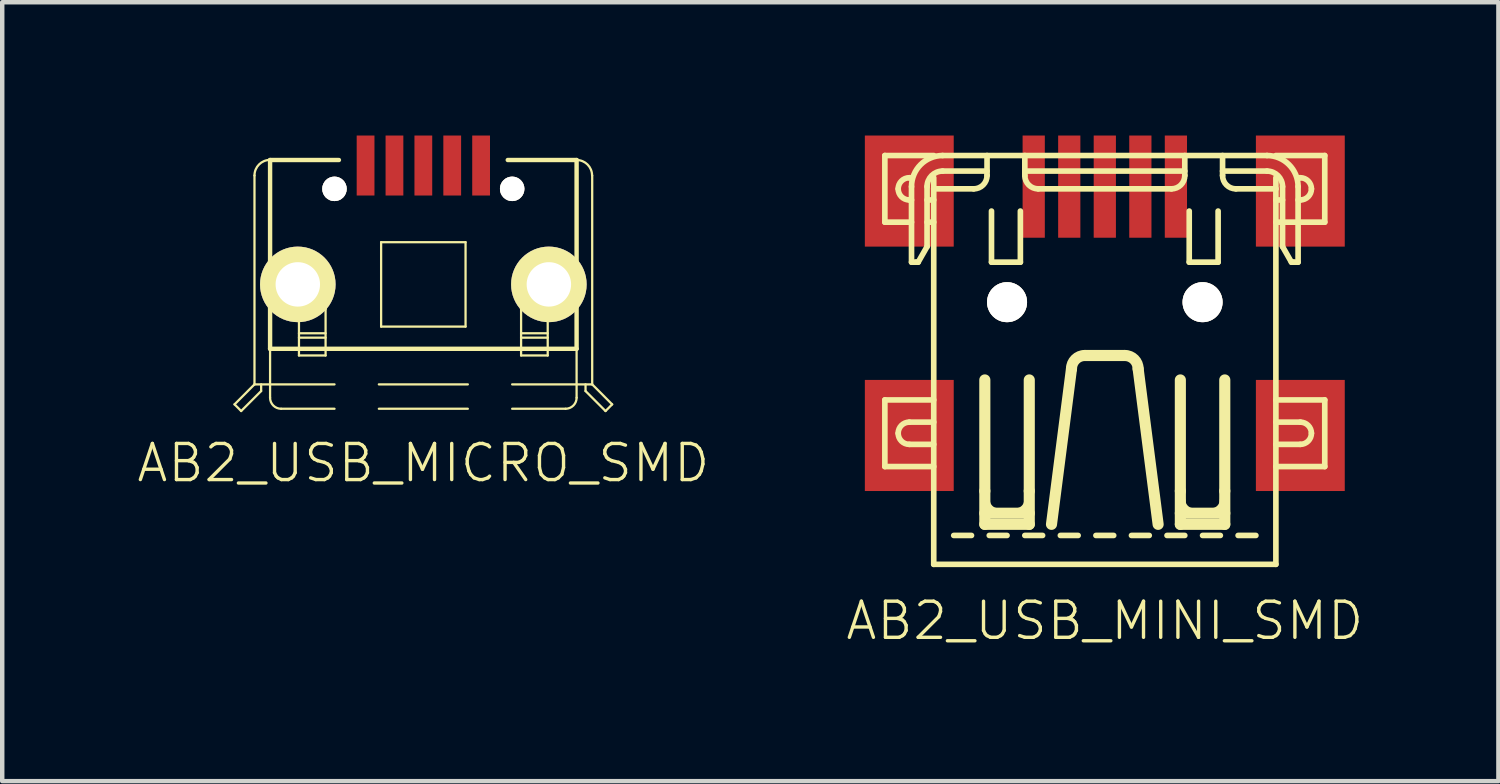
<source format=kicad_pcb>
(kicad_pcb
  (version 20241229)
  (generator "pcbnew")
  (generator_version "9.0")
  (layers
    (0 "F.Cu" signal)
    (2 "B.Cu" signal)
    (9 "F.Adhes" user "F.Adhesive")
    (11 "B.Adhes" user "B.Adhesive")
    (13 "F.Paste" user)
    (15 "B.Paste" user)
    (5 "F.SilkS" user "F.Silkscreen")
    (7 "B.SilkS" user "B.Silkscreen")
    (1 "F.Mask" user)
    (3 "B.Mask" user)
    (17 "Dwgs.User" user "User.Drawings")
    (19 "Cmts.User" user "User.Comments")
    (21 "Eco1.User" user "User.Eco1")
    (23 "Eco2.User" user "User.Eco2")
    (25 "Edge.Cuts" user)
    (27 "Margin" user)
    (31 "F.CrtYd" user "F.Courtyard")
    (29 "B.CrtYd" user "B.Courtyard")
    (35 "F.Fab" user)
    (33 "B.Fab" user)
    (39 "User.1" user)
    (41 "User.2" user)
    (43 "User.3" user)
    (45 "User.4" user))
  (footprint "AB2_USB_MICRO_SMD"
    (layer "F.Cu")
    (at 6.477 6.1)
    (property "Reference" "AB2_USB_MICRO_SMD" (at 0 1.27 0) (layer "F.SilkS") (effects (font (size 0.813 0.813) (thickness 0.076))))
    (attr through_hole)
    (fp_line (start -4.249 -0.05) (end -4.1 0.1) (stroke (width 0.051) (type solid)) (layer "F.SilkS"))
    (fp_line (start -4.1 0.1) (end -3.65 -0.35) (stroke (width 0.051) (type solid)) (layer "F.SilkS"))
    (fp_line (start -3.8 -5.201) (end -3.8 -0.5) (stroke (width 0.051) (type solid)) (layer "F.SilkS"))
    (fp_line (start -3.8 -0.5) (end -4.249 -0.05) (stroke (width 0.051) (type solid)) (layer "F.SilkS"))
    (fp_line (start -3.8 -0.5) (end -1.999 -0.5) (stroke (width 0.051) (type solid)) (layer "F.SilkS"))
    (fp_line (start -3.65 -0.35) (end -3.65 -0.5) (stroke (width 0.051) (type solid)) (layer "F.SilkS"))
    (fp_line (start -3.449 -5.549) (end -1.9 -5.549) (stroke (width 0.099) (type solid)) (layer "F.SilkS"))
    (fp_line (start -3.449 -1.3) (end -3.449 -5.549) (stroke (width 0.099) (type solid)) (layer "F.SilkS"))
    (fp_line (start -3.449 -1.3) (end -3.449 -0.2) (stroke (width 0.051) (type solid)) (layer "F.SilkS"))
    (fp_line (start -3.449 -1.3) (end 3.449 -1.3) (stroke (width 0.099) (type solid)) (layer "F.SilkS"))
    (fp_line (start -3.2 0.049) (end -1.999 0.049) (stroke (width 0.051) (type solid)) (layer "F.SilkS"))
    (fp_line (start -2.799 -1.65) (end -2.2 -1.65) (stroke (width 0.051) (type solid)) (layer "F.SilkS"))
    (fp_line (start -2.799 -1.551) (end -2.2 -1.551) (stroke (width 0.051) (type solid)) (layer "F.SilkS"))
    (fp_line (start -2.799 -1.15) (end -2.799 -2.199) (stroke (width 0.051) (type solid)) (layer "F.SilkS"))
    (fp_line (start -2.799 -1.15) (end -2.2 -1.15) (stroke (width 0.051) (type solid)) (layer "F.SilkS"))
    (fp_line (start -2.2 -1.15) (end -2.2 -2.199) (stroke (width 0.051) (type solid)) (layer "F.SilkS"))
    (fp_line (start -1.001 -0.5) (end 1.001 -0.5) (stroke (width 0.051) (type solid)) (layer "F.SilkS"))
    (fp_line (start -1.001 0.049) (end 1.001 0.049) (stroke (width 0.051) (type solid)) (layer "F.SilkS"))
    (fp_line (start -0.95 -3.7) (end 0.95 -3.7) (stroke (width 0.051) (type solid)) (layer "F.SilkS"))
    (fp_line (start -0.95 -1.8) (end -0.95 -3.7) (stroke (width 0.051) (type solid)) (layer "F.SilkS"))
    (fp_line (start 0.95 -3.7) (end 0.95 -1.8) (stroke (width 0.051) (type solid)) (layer "F.SilkS"))
    (fp_line (start 0.95 -1.8) (end -0.95 -1.8) (stroke (width 0.051) (type solid)) (layer "F.SilkS"))
    (fp_line (start 1.999 -0.5) (end 3.8 -0.5) (stroke (width 0.051) (type solid)) (layer "F.SilkS"))
    (fp_line (start 1.999 0.049) (end 3.2 0.049) (stroke (width 0.051) (type solid)) (layer "F.SilkS"))
    (fp_line (start 2.2 -1.65) (end 2.799 -1.65) (stroke (width 0.051) (type solid)) (layer "F.SilkS"))
    (fp_line (start 2.2 -1.551) (end 2.799 -1.551) (stroke (width 0.051) (type solid)) (layer "F.SilkS"))
    (fp_line (start 2.2 -1.15) (end 2.2 -2.199) (stroke (width 0.051) (type solid)) (layer "F.SilkS"))
    (fp_line (start 2.2 -1.15) (end 2.799 -1.15) (stroke (width 0.051) (type solid)) (layer "F.SilkS"))
    (fp_line (start 2.799 -1.15) (end 2.799 -2.199) (stroke (width 0.051) (type solid)) (layer "F.SilkS"))
    (fp_line (start 3.449 -5.549) (end 1.9 -5.549) (stroke (width 0.099) (type solid)) (layer "F.SilkS"))
    (fp_line (start 3.449 -1.3) (end 3.449 -5.549) (stroke (width 0.099) (type solid)) (layer "F.SilkS"))
    (fp_line (start 3.449 -1.3) (end 3.449 -0.2) (stroke (width 0.051) (type solid)) (layer "F.SilkS"))
    (fp_line (start 3.65 -0.35) (end 3.65 -0.5) (stroke (width 0.051) (type solid)) (layer "F.SilkS"))
    (fp_line (start 3.8 -5.201) (end 3.8 -0.5) (stroke (width 0.051) (type solid)) (layer "F.SilkS"))
    (fp_line (start 3.8 -0.5) (end 4.249 -0.05) (stroke (width 0.051) (type solid)) (layer "F.SilkS"))
    (fp_line (start 4.1 0.1) (end 3.65 -0.35) (stroke (width 0.051) (type solid)) (layer "F.SilkS"))
    (fp_line (start 4.1 0.1) (end 4.249 -0.05) (stroke (width 0.051) (type solid)) (layer "F.SilkS"))
    (fp_arc (start -3.79984 -5.2011) (mid -3.697175 -5.448955) (end -3.44932 -5.55162) (stroke (width 0.0508) (type solid)) (layer "F.SilkS"))
    (fp_arc (start -3.2004 0.04908) (mid -3.376413 -0.023827) (end -3.44932 -0.19984) (stroke (width 0.0508) (type solid)) (layer "F.SilkS"))
    (fp_arc (start -2.79908 -2.19882) (mid -2.711294 -2.410754) (end -2.49936 -2.49854) (stroke (width 0.0508) (type solid)) (layer "F.SilkS"))
    (fp_arc (start -2.49936 -2.50108) (mid -2.28563 -2.41255) (end -2.1971 -2.19882) (stroke (width 0.0508) (type solid)) (layer "F.SilkS"))
    (fp_arc (start 2.19964 -2.19882) (mid 2.287426 -2.410754) (end 2.49936 -2.49854) (stroke (width 0.0508) (type solid)) (layer "F.SilkS"))
    (fp_arc (start 2.49936 -2.50108) (mid 2.71309 -2.41255) (end 2.80162 -2.19882) (stroke (width 0.0508) (type solid)) (layer "F.SilkS"))
    (fp_arc (start 3.44932 -5.54908) (mid 3.695379 -5.447159) (end 3.7973 -5.2011) (stroke (width 0.0508) (type solid)) (layer "F.SilkS"))
    (fp_arc (start 3.44932 -0.19984) (mid 3.376413 -0.023827) (end 3.2004 0.04908) (stroke (width 0.0508) (type solid)) (layer "F.SilkS"))
    (pad "" thru_hole circle (at -2 -4.9) (size 0.55 0.55) (drill 0.55) (layers "*.Cu" "*.Mask" "F.SilkS"))
    (pad "" thru_hole circle (at 1.999 -4.9) (size 0.55 0.55) (drill 0.55) (layers "*.Cu" "*.Mask" "F.SilkS"))
    (pad "1" smd rect (at -1.3 -5.425) (size 0.4 1.35) (layers "F.Cu" "F.Mask" "F.Paste"))
    (pad "2" smd rect (at -0.65 -5.425) (size 0.4 1.35) (layers "F.Cu" "F.Mask" "F.Paste"))
    (pad "3" smd rect (at 0 -5.425) (size 0.4 1.35) (layers "F.Cu" "F.Mask" "F.Paste"))
    (pad "4" smd rect (at 0.65 -5.425) (size 0.4 1.35) (layers "F.Cu" "F.Mask" "F.Paste"))
    (pad "5" smd rect (at 1.3 -5.425) (size 0.4 1.35) (layers "F.Cu" "F.Mask" "F.Paste"))
    (pad "6" thru_hole circle (at -2.825 -2.75) (size 1.7 1.7) (drill 1) (layers "*.Cu" "*.Mask" "F.SilkS"))
    (pad "6" thru_hole circle (at 2.825 -2.75) (size 1.7 1.7) (drill 1) (layers "*.Cu" "*.Mask" "F.SilkS")))
  (footprint "AB2_USB_MINI_SMD"
    (layer "F.Cu")
    (at 21.813 9.65)
    (property "Reference" "AB2_USB_MINI_SMD" (at 0 1.27 0) (layer "F.SilkS") (effects (font (size 0.813 0.813) (thickness 0.076))))
    (attr through_hole)
    (fp_line (start -4.95 -9.2) (end -4.95 -7.7) (stroke (width 0.127) (type solid)) (layer "F.SilkS"))
    (fp_line (start -4.95 -7.7) (end -4.35 -7.7) (stroke (width 0.127) (type solid)) (layer "F.SilkS"))
    (fp_line (start -4.95 -3.7) (end -3.85 -3.7) (stroke (width 0.127) (type solid)) (layer "F.SilkS"))
    (fp_line (start -4.95 -2.2) (end -4.95 -3.7) (stroke (width 0.127) (type solid)) (layer "F.SilkS"))
    (fp_line (start -4.4 -8.7) (end -4.35 -8.7) (stroke (width 0.127) (type solid)) (layer "F.SilkS"))
    (fp_line (start -4.4 -3.2) (end -3.85 -3.2) (stroke (width 0.127) (type solid)) (layer "F.SilkS"))
    (fp_line (start -4.4 -2.7) (end -3.85 -2.7) (stroke (width 0.127) (type solid)) (layer "F.SilkS"))
    (fp_line (start -4.35 -8.5) (end -4.35 -6.8) (stroke (width 0.127) (type solid)) (layer "F.SilkS"))
    (fp_line (start -4.35 -8.2) (end -4.4 -8.2) (stroke (width 0.127) (type solid)) (layer "F.SilkS"))
    (fp_line (start -4.35 -6.8) (end -4.25 -6.8) (stroke (width 0.127) (type solid)) (layer "F.SilkS"))
    (fp_line (start -4.25 -6.8) (end -4.2 -6.8) (stroke (width 0.127) (type solid)) (layer "F.SilkS"))
    (fp_line (start -4.2 -6.8) (end -4 -7.15) (stroke (width 0.127) (type solid)) (layer "F.SilkS"))
    (fp_line (start -4 -8.2) (end -3.85 -8.2) (stroke (width 0.127) (type solid)) (layer "F.SilkS"))
    (fp_line (start -4 -7.7) (end -3.85 -7.7) (stroke (width 0.127) (type solid)) (layer "F.SilkS"))
    (fp_line (start -4 -7.15) (end -4 -8.5) (stroke (width 0.127) (type solid)) (layer "F.SilkS"))
    (fp_line (start -3.85 -9.2) (end -4.95 -9.2) (stroke (width 0.127) (type solid)) (layer "F.SilkS"))
    (fp_line (start -3.85 -8.7) (end -3.85 -8.45) (stroke (width 0.127) (type solid)) (layer "F.SilkS"))
    (fp_line (start -3.85 -2.2) (end -4.95 -2.2) (stroke (width 0.127) (type solid)) (layer "F.SilkS"))
    (fp_line (start -3.85 0) (end -3.85 -8.45) (stroke (width 0.127) (type solid)) (layer "F.SilkS"))
    (fp_line (start -3.85 0) (end 3.85 0) (stroke (width 0.127) (type solid)) (layer "F.SilkS"))
    (fp_line (start -3.65 -9.2) (end 3.65 -9.2) (stroke (width 0.127) (type solid)) (layer "F.SilkS"))
    (fp_line (start -3.65 -8.85) (end -2.65 -8.85) (stroke (width 0.127) (type solid)) (layer "F.SilkS"))
    (fp_line (start -3.4 -0.65) (end -3 -0.65) (stroke (width 0.127) (type solid)) (layer "F.SilkS"))
    (fp_line (start -2.95 -8.45) (end -3.85 -8.45) (stroke (width 0.127) (type solid)) (layer "F.SilkS"))
    (fp_line (start -2.7 -4.15) (end -2.7 -1.65) (stroke (width 0.25) (type solid)) (layer "F.SilkS"))
    (fp_line (start -2.7 -1.65) (end -2.7 -0.9) (stroke (width 0.25) (type solid)) (layer "F.SilkS"))
    (fp_line (start -2.7 -1.15) (end -1.7 -1.15) (stroke (width 0.25) (type solid)) (layer "F.SilkS"))
    (fp_line (start -2.7 -0.9) (end -1.7 -0.9) (stroke (width 0.25) (type solid)) (layer "F.SilkS"))
    (fp_line (start -2.65 -8.75) (end -2.65 -9.2) (stroke (width 0.127) (type solid)) (layer "F.SilkS"))
    (fp_line (start -2.6 -0.65) (end -2.2 -0.65) (stroke (width 0.127) (type solid)) (layer "F.SilkS"))
    (fp_line (start -2.55 -6.8) (end -2.55 -7.95) (stroke (width 0.127) (type solid)) (layer "F.SilkS"))
    (fp_line (start -2.55 -6.8) (end -1.9 -6.8) (stroke (width 0.127) (type solid)) (layer "F.SilkS"))
    (fp_line (start -1.9 -6.8) (end -1.9 -7.95) (stroke (width 0.127) (type solid)) (layer "F.SilkS"))
    (fp_line (start -1.8 -8.85) (end 1.8 -8.85) (stroke (width 0.127) (type solid)) (layer "F.SilkS"))
    (fp_line (start -1.8 -8.75) (end -1.8 -9.2) (stroke (width 0.127) (type solid)) (layer "F.SilkS"))
    (fp_line (start -1.8 -0.65) (end -1.4 -0.65) (stroke (width 0.127) (type solid)) (layer "F.SilkS"))
    (fp_line (start -1.7 -1.65) (end -1.7 -4.15) (stroke (width 0.25) (type solid)) (layer "F.SilkS"))
    (fp_line (start -1.7 -0.9) (end -1.7 -1.65) (stroke (width 0.25) (type solid)) (layer "F.SilkS"))
    (fp_line (start -1.5 -8.45) (end 1.5 -8.45) (stroke (width 0.127) (type solid)) (layer "F.SilkS"))
    (fp_line (start -1 -0.65) (end -0.6 -0.65) (stroke (width 0.127) (type solid)) (layer "F.SilkS"))
    (fp_line (start -0.75 -4.4) (end -1.2 -0.9) (stroke (width 0.25) (type solid)) (layer "F.SilkS"))
    (fp_line (start -0.45 -4.7) (end 0.45 -4.7) (stroke (width 0.25) (type solid)) (layer "F.SilkS"))
    (fp_line (start -0.2 -0.65) (end 0.2 -0.65) (stroke (width 0.127) (type solid)) (layer "F.SilkS"))
    (fp_line (start 0.6 -0.65) (end 1 -0.65) (stroke (width 0.127) (type solid)) (layer "F.SilkS"))
    (fp_line (start 0.75 -4.4) (end 1.2 -0.9) (stroke (width 0.25) (type solid)) (layer "F.SilkS"))
    (fp_line (start 1.4 -0.65) (end 1.8 -0.65) (stroke (width 0.127) (type solid)) (layer "F.SilkS"))
    (fp_line (start 1.7 -4.15) (end 1.7 -1.65) (stroke (width 0.25) (type solid)) (layer "F.SilkS"))
    (fp_line (start 1.7 -1.65) (end 1.7 -0.9) (stroke (width 0.25) (type solid)) (layer "F.SilkS"))
    (fp_line (start 1.7 -1.15) (end 2.7 -1.15) (stroke (width 0.25) (type solid)) (layer "F.SilkS"))
    (fp_line (start 1.7 -0.9) (end 2.7 -0.9) (stroke (width 0.25) (type solid)) (layer "F.SilkS"))
    (fp_line (start 1.8 -8.75) (end 1.8 -9.2) (stroke (width 0.127) (type solid)) (layer "F.SilkS"))
    (fp_line (start 1.9 -6.8) (end 1.9 -7.95) (stroke (width 0.127) (type solid)) (layer "F.SilkS"))
    (fp_line (start 1.9 -6.8) (end 2.55 -6.8) (stroke (width 0.127) (type solid)) (layer "F.SilkS"))
    (fp_line (start 2.2 -0.65) (end 2.6 -0.65) (stroke (width 0.127) (type solid)) (layer "F.SilkS"))
    (fp_line (start 2.55 -6.8) (end 2.55 -7.95) (stroke (width 0.127) (type solid)) (layer "F.SilkS"))
    (fp_line (start 2.65 -8.85) (end 3.65 -8.85) (stroke (width 0.127) (type solid)) (layer "F.SilkS"))
    (fp_line (start 2.65 -8.75) (end 2.65 -9.2) (stroke (width 0.127) (type solid)) (layer "F.SilkS"))
    (fp_line (start 2.7 -1.65) (end 2.7 -4.15) (stroke (width 0.25) (type solid)) (layer "F.SilkS"))
    (fp_line (start 2.7 -0.9) (end 2.7 -1.65) (stroke (width 0.25) (type solid)) (layer "F.SilkS"))
    (fp_line (start 2.95 -8.45) (end 3.85 -8.45) (stroke (width 0.127) (type solid)) (layer "F.SilkS"))
    (fp_line (start 3 -0.65) (end 3.4 -0.65) (stroke (width 0.127) (type solid)) (layer "F.SilkS"))
    (fp_line (start 3.85 -8.7) (end 3.85 -8.45) (stroke (width 0.127) (type solid)) (layer "F.SilkS"))
    (fp_line (start 3.85 -8.45) (end 3.85 0) (stroke (width 0.127) (type solid)) (layer "F.SilkS"))
    (fp_line (start 3.85 -8.2) (end 4 -8.2) (stroke (width 0.127) (type solid)) (layer "F.SilkS"))
    (fp_line (start 3.85 -7.7) (end 4.95 -7.7) (stroke (width 0.127) (type solid)) (layer "F.SilkS"))
    (fp_line (start 3.85 -2.2) (end 4.95 -2.2) (stroke (width 0.127) (type solid)) (layer "F.SilkS"))
    (fp_line (start 4 -7.15) (end 4 -8.5) (stroke (width 0.127) (type solid)) (layer "F.SilkS"))
    (fp_line (start 4.2 -6.8) (end 4 -7.15) (stroke (width 0.127) (type solid)) (layer "F.SilkS"))
    (fp_line (start 4.25 -6.8) (end 4.2 -6.8) (stroke (width 0.127) (type solid)) (layer "F.SilkS"))
    (fp_line (start 4.35 -8.5) (end 4.35 -6.8) (stroke (width 0.127) (type solid)) (layer "F.SilkS"))
    (fp_line (start 4.35 -8.2) (end 4.4 -8.2) (stroke (width 0.127) (type solid)) (layer "F.SilkS"))
    (fp_line (start 4.35 -6.8) (end 4.25 -6.8) (stroke (width 0.127) (type solid)) (layer "F.SilkS"))
    (fp_line (start 4.4 -8.7) (end 4.35 -8.7) (stroke (width 0.127) (type solid)) (layer "F.SilkS"))
    (fp_line (start 4.4 -3.2) (end 3.85 -3.2) (stroke (width 0.127) (type solid)) (layer "F.SilkS"))
    (fp_line (start 4.4 -2.7) (end 3.85 -2.7) (stroke (width 0.127) (type solid)) (layer "F.SilkS"))
    (fp_line (start 4.95 -9.2) (end 3.85 -9.2) (stroke (width 0.127) (type solid)) (layer "F.SilkS"))
    (fp_line (start 4.95 -7.7) (end 4.95 -9.2) (stroke (width 0.127) (type solid)) (layer "F.SilkS"))
    (fp_line (start 4.95 -3.7) (end 3.85 -3.7) (stroke (width 0.127) (type solid)) (layer "F.SilkS"))
    (fp_line (start 4.95 -2.2) (end 4.95 -3.7) (stroke (width 0.127) (type solid)) (layer "F.SilkS"))
    (fp_arc (start -4.65 -8.45) (mid -4.576777 -8.626777) (end -4.4 -8.7) (stroke (width 0.127) (type solid)) (layer "F.SilkS"))
    (fp_arc (start -4.65 -2.95) (mid -4.576777 -3.126777) (end -4.4 -3.2) (stroke (width 0.127) (type solid)) (layer "F.SilkS"))
    (fp_arc (start -4.4 -8.2) (mid -4.576777 -8.273223) (end -4.65 -8.45) (stroke (width 0.127) (type solid)) (layer "F.SilkS"))
    (fp_arc (start -4.4 -2.7) (mid -4.576777 -2.773223) (end -4.65 -2.95) (stroke (width 0.127) (type solid)) (layer "F.SilkS"))
    (fp_arc (start -4.35 -8.5) (mid -4.144975 -8.994975) (end -3.65 -9.2) (stroke (width 0.127) (type solid)) (layer "F.SilkS"))
    (fp_arc (start -4 -8.5) (mid -3.897487 -8.747487) (end -3.65 -8.85) (stroke (width 0.127) (type solid)) (layer "F.SilkS"))
    (fp_arc (start -2.65 -8.75) (mid -2.737868 -8.537868) (end -2.95 -8.45) (stroke (width 0.127) (type solid)) (layer "F.SilkS"))
    (fp_arc (start -2.4 -1.2) (mid -2.576777 -1.273223) (end -2.65 -1.45) (stroke (width 0.127) (type solid)) (layer "F.SilkS"))
    (fp_arc (start -1.75 -1.45) (mid -1.823223 -1.273223) (end -2 -1.2) (stroke (width 0.127) (type solid)) (layer "F.SilkS"))
    (fp_arc (start -1.5 -8.45) (mid -1.712132 -8.537868) (end -1.8 -8.75) (stroke (width 0.127) (type solid)) (layer "F.SilkS"))
    (fp_arc (start -0.75 -4.4) (mid -0.662132 -4.612132) (end -0.45 -4.7) (stroke (width 0.25) (type solid)) (layer "F.SilkS"))
    (fp_arc (start 0.45 -4.7) (mid 0.662132 -4.612132) (end 0.75 -4.4) (stroke (width 0.25) (type solid)) (layer "F.SilkS"))
    (fp_arc (start 1.8 -8.75) (mid 1.712132 -8.537868) (end 1.5 -8.45) (stroke (width 0.127) (type solid)) (layer "F.SilkS"))
    (fp_arc (start 2 -1.2) (mid 1.823223 -1.273223) (end 1.75 -1.45) (stroke (width 0.127) (type solid)) (layer "F.SilkS"))
    (fp_arc (start 2.65 -1.45) (mid 2.576777 -1.273223) (end 2.4 -1.2) (stroke (width 0.127) (type solid)) (layer "F.SilkS"))
    (fp_arc (start 2.95 -8.45) (mid 2.737868 -8.537868) (end 2.65 -8.75) (stroke (width 0.127) (type solid)) (layer "F.SilkS"))
    (fp_arc (start 3.65 -9.2) (mid 4.144975 -8.994975) (end 4.35 -8.5) (stroke (width 0.127) (type solid)) (layer "F.SilkS"))
    (fp_arc (start 3.65 -8.85) (mid 3.897487 -8.747487) (end 4 -8.5) (stroke (width 0.127) (type solid)) (layer "F.SilkS"))
    (fp_arc (start 4.4 -8.7) (mid 4.576777 -8.626777) (end 4.65 -8.45) (stroke (width 0.127) (type solid)) (layer "F.SilkS"))
    (fp_arc (start 4.4 -3.2) (mid 4.576777 -3.126777) (end 4.65 -2.95) (stroke (width 0.127) (type solid)) (layer "F.SilkS"))
    (fp_arc (start 4.65 -8.45) (mid 4.576777 -8.273223) (end 4.4 -8.2) (stroke (width 0.127) (type solid)) (layer "F.SilkS"))
    (fp_arc (start 4.65 -2.95) (mid 4.576777 -2.773223) (end 4.4 -2.7) (stroke (width 0.127) (type solid)) (layer "F.SilkS"))
    (pad "" thru_hole circle (at -2.2 -5.9) (size 0.9 0.9) (drill 0.9) (layers "*.Cu" "*.Mask" "F.SilkS"))
    (pad "" thru_hole circle (at 2.2 -5.9) (size 0.9 0.9) (drill 0.9) (layers "*.Cu" "*.Mask" "F.SilkS"))
    (pad "1" smd rect (at -1.6 -8.5) (size 0.5 2.3) (layers "F.Cu" "F.Mask" "F.Paste"))
    (pad "2" smd rect (at -0.8 -8.5) (size 0.5 2.3) (layers "F.Cu" "F.Mask" "F.Paste"))
    (pad "3" smd rect (at 0 -8.5) (size 0.5 2.3) (layers "F.Cu" "F.Mask" "F.Paste"))
    (pad "4" smd rect (at 0.8 -8.5) (size 0.5 2.3) (layers "F.Cu" "F.Mask" "F.Paste"))
    (pad "5" smd rect (at 1.6 -8.5) (size 0.5 2.3) (layers "F.Cu" "F.Mask" "F.Paste"))
    (pad "SH" smd rect (at -4.4 -8.4) (size 2 2.5) (layers "F.Cu" "F.Mask" "F.Paste"))
    (pad "SH" smd rect (at -4.4 -2.9) (size 2 2.5) (layers "F.Cu" "F.Mask" "F.Paste"))
    (pad "SH" smd rect (at 4.4 -8.4) (size 2 2.5) (layers "F.Cu" "F.Mask" "F.Paste"))
    (pad "SH" smd rect (at 4.4 -2.9) (size 2 2.5) (layers "F.Cu" "F.Mask" "F.Paste")))
  (gr_rect
    (start -3 -3)
    (end 30.671 14.529)
    (stroke (width 0.1) (type default))
    (fill no)
    (layer "Edge.Cuts")))
</source>
